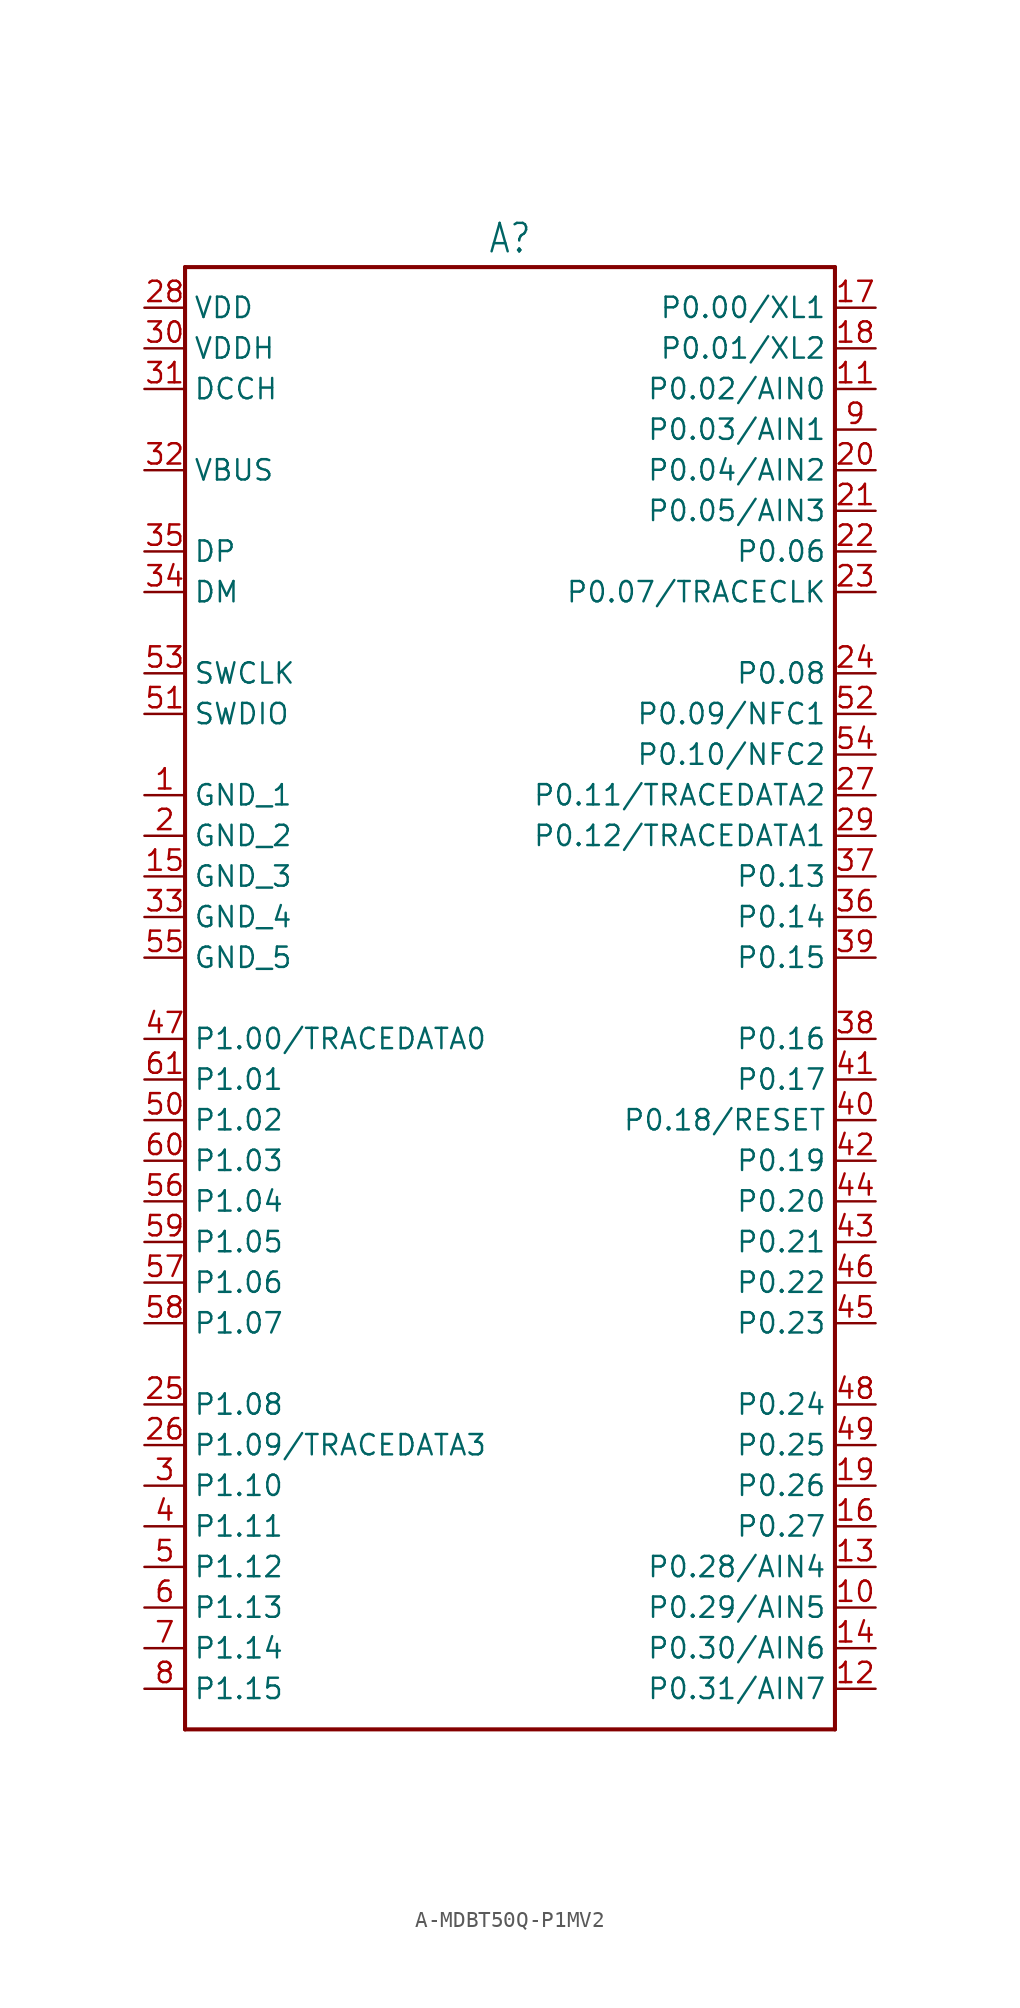
<source format=kicad_sym>
(kicad_symbol_lib
  (version 20231120)
  (generator "kicad_symbol_editor")
  (generator_version "8.0")
  (symbol "A-MDBT50Q-P1MV2"
    (property "Reference" "A"
      (at 0 46.482 0)
      (effects (font (size 1.778 1.511)) (justify bottom)))
    (property "Value" ""
      (at 0 -46.482 0)
      (effects (font (size 1.778 1.511)) (justify top)))
    (property "ki_locked" ""
      (at 0 0 0)
      (effects (font (size 1.27 1.27))))
    (symbol "A-MDBT50Q-P1MV2_1_0"
      (polyline (pts (xy -20.32 -45.72) (xy 20.32 -45.72)) (stroke (width 0.254) (type solid)) (fill (type none)))
      (polyline (pts (xy -20.32 45.72) (xy -20.32 -45.72)) (stroke (width 0.254) (type solid)) (fill (type none)))
      (polyline (pts (xy 20.32 -45.72) (xy 20.32 45.72)) (stroke (width 0.254) (type solid)) (fill (type none)))
      (polyline (pts (xy 20.32 45.72) (xy -20.32 45.72)) (stroke (width 0.254) (type solid)) (fill (type none)))
      (pin passive line (at -22.86 12.7 0) (length 2.54) (name "GND_1" (effects (font (size 1.27 1.27)))) (number "1" (effects (font (size 1.27 1.27)))))
      (pin passive line (at 22.86 -38.1 180) (length 2.54) (name "P0.29/AIN5" (effects (font (size 1.27 1.27)))) (number "10" (effects (font (size 1.27 1.27)))))
      (pin passive line (at 22.86 38.1 180) (length 2.54) (name "P0.02/AIN0" (effects (font (size 1.27 1.27)))) (number "11" (effects (font (size 1.27 1.27)))))
      (pin passive line (at 22.86 -43.18 180) (length 2.54) (name "P0.31/AIN7" (effects (font (size 1.27 1.27)))) (number "12" (effects (font (size 1.27 1.27)))))
      (pin passive line (at 22.86 -35.56 180) (length 2.54) (name "P0.28/AIN4" (effects (font (size 1.27 1.27)))) (number "13" (effects (font (size 1.27 1.27)))))
      (pin passive line (at 22.86 -40.64 180) (length 2.54) (name "P0.30/AIN6" (effects (font (size 1.27 1.27)))) (number "14" (effects (font (size 1.27 1.27)))))
      (pin passive line (at -22.86 7.62 0) (length 2.54) (name "GND_3" (effects (font (size 1.27 1.27)))) (number "15" (effects (font (size 1.27 1.27)))))
      (pin passive line (at 22.86 -33.02 180) (length 2.54) (name "P0.27" (effects (font (size 1.27 1.27)))) (number "16" (effects (font (size 1.27 1.27)))))
      (pin passive line (at 22.86 43.18 180) (length 2.54) (name "P0.00/XL1" (effects (font (size 1.27 1.27)))) (number "17" (effects (font (size 1.27 1.27)))))
      (pin passive line (at 22.86 40.64 180) (length 2.54) (name "P0.01/XL2" (effects (font (size 1.27 1.27)))) (number "18" (effects (font (size 1.27 1.27)))))
      (pin passive line (at 22.86 -30.48 180) (length 2.54) (name "P0.26" (effects (font (size 1.27 1.27)))) (number "19" (effects (font (size 1.27 1.27)))))
      (pin passive line (at -22.86 10.16 0) (length 2.54) (name "GND_2" (effects (font (size 1.27 1.27)))) (number "2" (effects (font (size 1.27 1.27)))))
      (pin passive line (at 22.86 33.02 180) (length 2.54) (name "P0.04/AIN2" (effects (font (size 1.27 1.27)))) (number "20" (effects (font (size 1.27 1.27)))))
      (pin passive line (at 22.86 30.48 180) (length 2.54) (name "P0.05/AIN3" (effects (font (size 1.27 1.27)))) (number "21" (effects (font (size 1.27 1.27)))))
      (pin passive line (at 22.86 27.94 180) (length 2.54) (name "P0.06" (effects (font (size 1.27 1.27)))) (number "22" (effects (font (size 1.27 1.27)))))
      (pin passive line (at 22.86 25.4 180) (length 2.54) (name "P0.07/TRACECLK" (effects (font (size 1.27 1.27)))) (number "23" (effects (font (size 1.27 1.27)))))
      (pin passive line (at 22.86 20.32 180) (length 2.54) (name "P0.08" (effects (font (size 1.27 1.27)))) (number "24" (effects (font (size 1.27 1.27)))))
      (pin passive line (at -22.86 -25.4 0) (length 2.54) (name "P1.08" (effects (font (size 1.27 1.27)))) (number "25" (effects (font (size 1.27 1.27)))))
      (pin passive line (at -22.86 -27.94 0) (length 2.54) (name "P1.09/TRACEDATA3" (effects (font (size 1.27 1.27)))) (number "26" (effects (font (size 1.27 1.27)))))
      (pin passive line (at 22.86 12.7 180) (length 2.54) (name "P0.11/TRACEDATA2" (effects (font (size 1.27 1.27)))) (number "27" (effects (font (size 1.27 1.27)))))
      (pin passive line (at -22.86 43.18 0) (length 2.54) (name "VDD" (effects (font (size 1.27 1.27)))) (number "28" (effects (font (size 1.27 1.27)))))
      (pin passive line (at 22.86 10.16 180) (length 2.54) (name "P0.12/TRACEDATA1" (effects (font (size 1.27 1.27)))) (number "29" (effects (font (size 1.27 1.27)))))
      (pin passive line (at -22.86 -30.48 0) (length 2.54) (name "P1.10" (effects (font (size 1.27 1.27)))) (number "3" (effects (font (size 1.27 1.27)))))
      (pin passive line (at -22.86 40.64 0) (length 2.54) (name "VDDH" (effects (font (size 1.27 1.27)))) (number "30" (effects (font (size 1.27 1.27)))))
      (pin passive line (at -22.86 38.1 0) (length 2.54) (name "DCCH" (effects (font (size 1.27 1.27)))) (number "31" (effects (font (size 1.27 1.27)))))
      (pin passive line (at -22.86 33.02 0) (length 2.54) (name "VBUS" (effects (font (size 1.27 1.27)))) (number "32" (effects (font (size 1.27 1.27)))))
      (pin passive line (at -22.86 5.08 0) (length 2.54) (name "GND_4" (effects (font (size 1.27 1.27)))) (number "33" (effects (font (size 1.27 1.27)))))
      (pin passive line (at -22.86 25.4 0) (length 2.54) (name "DM" (effects (font (size 1.27 1.27)))) (number "34" (effects (font (size 1.27 1.27)))))
      (pin passive line (at -22.86 27.94 0) (length 2.54) (name "DP" (effects (font (size 1.27 1.27)))) (number "35" (effects (font (size 1.27 1.27)))))
      (pin passive line (at 22.86 5.08 180) (length 2.54) (name "P0.14" (effects (font (size 1.27 1.27)))) (number "36" (effects (font (size 1.27 1.27)))))
      (pin passive line (at 22.86 7.62 180) (length 2.54) (name "P0.13" (effects (font (size 1.27 1.27)))) (number "37" (effects (font (size 1.27 1.27)))))
      (pin passive line (at 22.86 -2.54 180) (length 2.54) (name "P0.16" (effects (font (size 1.27 1.27)))) (number "38" (effects (font (size 1.27 1.27)))))
      (pin passive line (at 22.86 2.54 180) (length 2.54) (name "P0.15" (effects (font (size 1.27 1.27)))) (number "39" (effects (font (size 1.27 1.27)))))
      (pin passive line (at -22.86 -33.02 0) (length 2.54) (name "P1.11" (effects (font (size 1.27 1.27)))) (number "4" (effects (font (size 1.27 1.27)))))
      (pin passive line (at 22.86 -7.62 180) (length 2.54) (name "P0.18/RESET" (effects (font (size 1.27 1.27)))) (number "40" (effects (font (size 1.27 1.27)))))
      (pin passive line (at 22.86 -5.08 180) (length 2.54) (name "P0.17" (effects (font (size 1.27 1.27)))) (number "41" (effects (font (size 1.27 1.27)))))
      (pin passive line (at 22.86 -10.16 180) (length 2.54) (name "P0.19" (effects (font (size 1.27 1.27)))) (number "42" (effects (font (size 1.27 1.27)))))
      (pin passive line (at 22.86 -15.24 180) (length 2.54) (name "P0.21" (effects (font (size 1.27 1.27)))) (number "43" (effects (font (size 1.27 1.27)))))
      (pin passive line (at 22.86 -12.7 180) (length 2.54) (name "P0.20" (effects (font (size 1.27 1.27)))) (number "44" (effects (font (size 1.27 1.27)))))
      (pin passive line (at 22.86 -20.32 180) (length 2.54) (name "P0.23" (effects (font (size 1.27 1.27)))) (number "45" (effects (font (size 1.27 1.27)))))
      (pin passive line (at 22.86 -17.78 180) (length 2.54) (name "P0.22" (effects (font (size 1.27 1.27)))) (number "46" (effects (font (size 1.27 1.27)))))
      (pin passive line (at -22.86 -2.54 0) (length 2.54) (name "P1.00/TRACEDATA0" (effects (font (size 1.27 1.27)))) (number "47" (effects (font (size 1.27 1.27)))))
      (pin passive line (at 22.86 -25.4 180) (length 2.54) (name "P0.24" (effects (font (size 1.27 1.27)))) (number "48" (effects (font (size 1.27 1.27)))))
      (pin passive line (at 22.86 -27.94 180) (length 2.54) (name "P0.25" (effects (font (size 1.27 1.27)))) (number "49" (effects (font (size 1.27 1.27)))))
      (pin passive line (at -22.86 -35.56 0) (length 2.54) (name "P1.12" (effects (font (size 1.27 1.27)))) (number "5" (effects (font (size 1.27 1.27)))))
      (pin passive line (at -22.86 -7.62 0) (length 2.54) (name "P1.02" (effects (font (size 1.27 1.27)))) (number "50" (effects (font (size 1.27 1.27)))))
      (pin passive line (at -22.86 17.78 0) (length 2.54) (name "SWDIO" (effects (font (size 1.27 1.27)))) (number "51" (effects (font (size 1.27 1.27)))))
      (pin passive line (at 22.86 17.78 180) (length 2.54) (name "P0.09/NFC1" (effects (font (size 1.27 1.27)))) (number "52" (effects (font (size 1.27 1.27)))))
      (pin passive line (at -22.86 20.32 0) (length 2.54) (name "SWCLK" (effects (font (size 1.27 1.27)))) (number "53" (effects (font (size 1.27 1.27)))))
      (pin passive line (at 22.86 15.24 180) (length 2.54) (name "P0.10/NFC2" (effects (font (size 1.27 1.27)))) (number "54" (effects (font (size 1.27 1.27)))))
      (pin passive line (at -22.86 2.54 0) (length 2.54) (name "GND_5" (effects (font (size 1.27 1.27)))) (number "55" (effects (font (size 1.27 1.27)))))
      (pin passive line (at -22.86 -12.7 0) (length 2.54) (name "P1.04" (effects (font (size 1.27 1.27)))) (number "56" (effects (font (size 1.27 1.27)))))
      (pin passive line (at -22.86 -17.78 0) (length 2.54) (name "P1.06" (effects (font (size 1.27 1.27)))) (number "57" (effects (font (size 1.27 1.27)))))
      (pin passive line (at -22.86 -20.32 0) (length 2.54) (name "P1.07" (effects (font (size 1.27 1.27)))) (number "58" (effects (font (size 1.27 1.27)))))
      (pin passive line (at -22.86 -15.24 0) (length 2.54) (name "P1.05" (effects (font (size 1.27 1.27)))) (number "59" (effects (font (size 1.27 1.27)))))
      (pin passive line (at -22.86 -38.1 0) (length 2.54) (name "P1.13" (effects (font (size 1.27 1.27)))) (number "6" (effects (font (size 1.27 1.27)))))
      (pin passive line (at -22.86 -10.16 0) (length 2.54) (name "P1.03" (effects (font (size 1.27 1.27)))) (number "60" (effects (font (size 1.27 1.27)))))
      (pin passive line (at -22.86 -5.08 0) (length 2.54) (name "P1.01" (effects (font (size 1.27 1.27)))) (number "61" (effects (font (size 1.27 1.27)))))
      (pin passive line (at -22.86 -40.64 0) (length 2.54) (name "P1.14" (effects (font (size 1.27 1.27)))) (number "7" (effects (font (size 1.27 1.27)))))
      (pin passive line (at -22.86 -43.18 0) (length 2.54) (name "P1.15" (effects (font (size 1.27 1.27)))) (number "8" (effects (font (size 1.27 1.27)))))
      (pin passive line (at 22.86 35.56 180) (length 2.54) (name "P0.03/AIN1" (effects (font (size 1.27 1.27)))) (number "9" (effects (font (size 1.27 1.27))))))))
</source>
